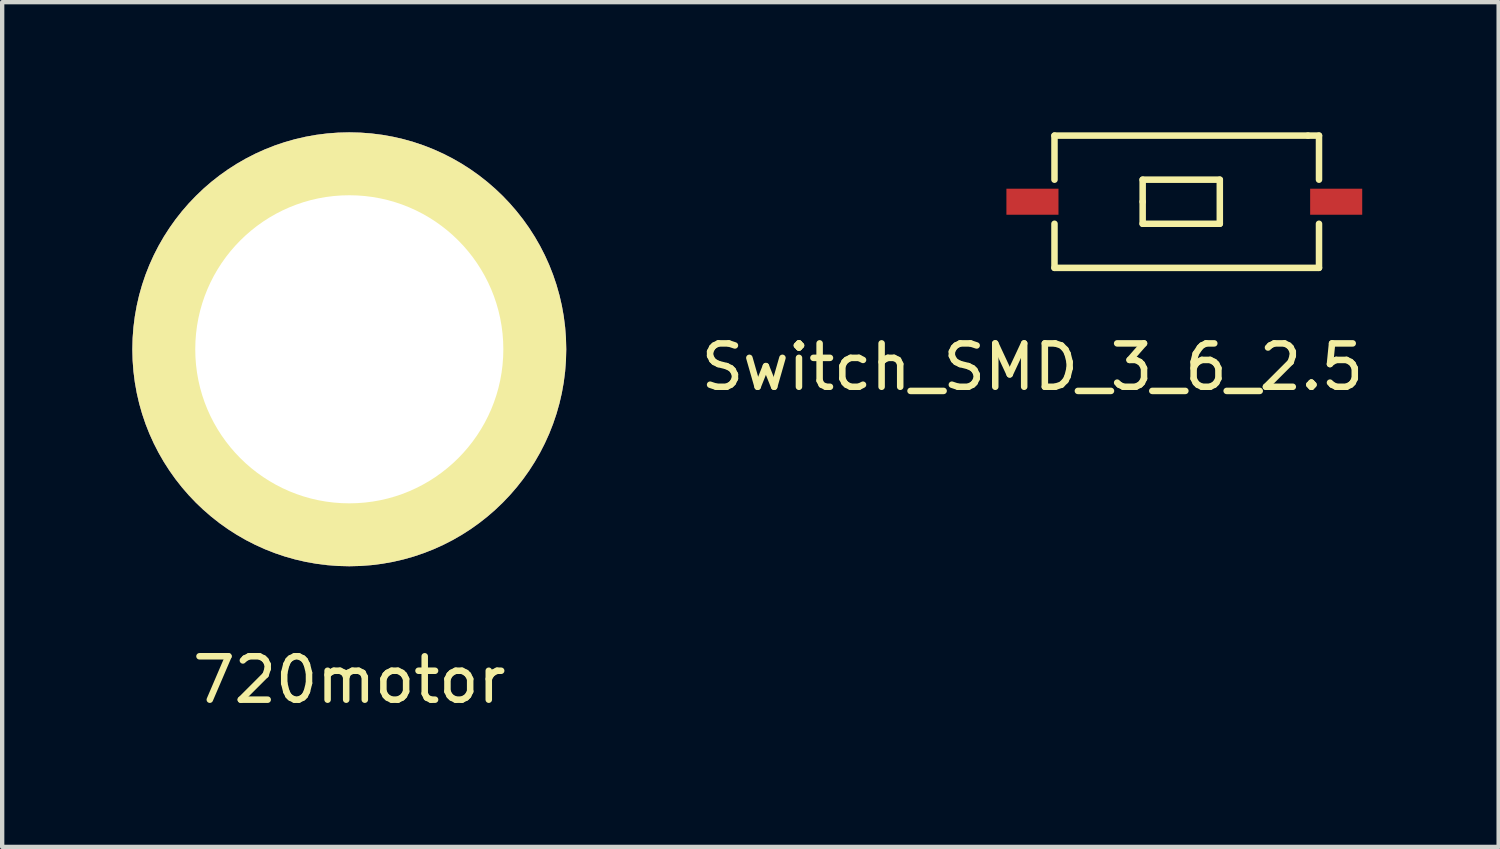
<source format=kicad_pcb>
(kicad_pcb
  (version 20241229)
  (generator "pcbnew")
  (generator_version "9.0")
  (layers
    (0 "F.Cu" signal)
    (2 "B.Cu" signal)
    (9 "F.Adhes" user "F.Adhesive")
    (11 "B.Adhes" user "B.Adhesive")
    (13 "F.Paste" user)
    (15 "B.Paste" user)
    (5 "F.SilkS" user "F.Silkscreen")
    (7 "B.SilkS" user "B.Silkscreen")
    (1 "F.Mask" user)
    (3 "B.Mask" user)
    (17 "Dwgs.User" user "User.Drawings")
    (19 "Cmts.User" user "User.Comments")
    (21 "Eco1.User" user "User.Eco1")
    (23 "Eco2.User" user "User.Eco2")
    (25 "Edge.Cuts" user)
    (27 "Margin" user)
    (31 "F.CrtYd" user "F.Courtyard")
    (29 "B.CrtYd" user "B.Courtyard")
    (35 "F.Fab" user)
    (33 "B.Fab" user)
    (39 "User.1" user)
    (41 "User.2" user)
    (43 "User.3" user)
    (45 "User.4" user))
  (footprint "720motor"
    (layer "F.Cu")
    (at 5 5)
    (property "Reference" "720motor" (at 0 7.62 0) (layer "F.SilkS") (effects (font (size 1 1) (thickness 0.15))))
    (attr through_hole)
    (pad "1" thru_hole circle (at 0 0) (size 10 10) (drill 7.1) (layers "*.Cu" "*.Mask" "F.SilkS")))
  (footprint "Switch_SMD_3_6_2.5"
    (layer "F.Cu")
    (at 20.744 1.599)
    (property "Reference" "Switch_SMD_3_6_2.5" (at 0 3.81 0) (layer "F.SilkS") (effects (font (size 1 1) (thickness 0.15))))
    (attr through_hole)
    (fp_line (start 0.508 -1.524) (end 6.35 -1.524) (stroke (width 0.15) (type solid)) (layer "F.SilkS"))
    (fp_line (start 0.508 -0.508) (end 0.508 -1.524) (stroke (width 0.15) (type solid)) (layer "F.SilkS"))
    (fp_line (start 0.508 1.524) (end 0.508 0.508) (stroke (width 0.15) (type solid)) (layer "F.SilkS"))
    (fp_line (start 2.54 -0.508) (end 4.318 -0.508) (stroke (width 0.15) (type solid)) (layer "F.SilkS"))
    (fp_line (start 2.54 0) (end 2.54 -0.508) (stroke (width 0.15) (type solid)) (layer "F.SilkS"))
    (fp_line (start 2.54 0.508) (end 2.54 0) (stroke (width 0.15) (type solid)) (layer "F.SilkS"))
    (fp_line (start 4.318 -0.508) (end 4.318 0.508) (stroke (width 0.15) (type solid)) (layer "F.SilkS"))
    (fp_line (start 4.318 0.508) (end 2.54 0.508) (stroke (width 0.15) (type solid)) (layer "F.SilkS"))
    (fp_line (start 6.35 -1.524) (end 6.604 -1.524) (stroke (width 0.15) (type solid)) (layer "F.SilkS"))
    (fp_line (start 6.604 -1.524) (end 6.604 -0.508) (stroke (width 0.15) (type solid)) (layer "F.SilkS"))
    (fp_line (start 6.604 0.508) (end 6.604 1.524) (stroke (width 0.15) (type solid)) (layer "F.SilkS"))
    (fp_line (start 6.604 1.524) (end 0.508 1.524) (stroke (width 0.15) (type solid)) (layer "F.SilkS"))
    (pad "1" smd rect (at 0 0) (size 1.2 0.6) (layers "F.Cu" "F.Mask" "F.Paste"))
    (pad "2" smd rect (at 7 0) (size 1.2 0.6) (layers "F.Cu" "F.Mask" "F.Paste")))
  (gr_rect
    (start -3 -3)
    (end 31.488 16.468)
    (stroke (width 0.1) (type default))
    (fill no)
    (layer "Edge.Cuts")))
</source>
